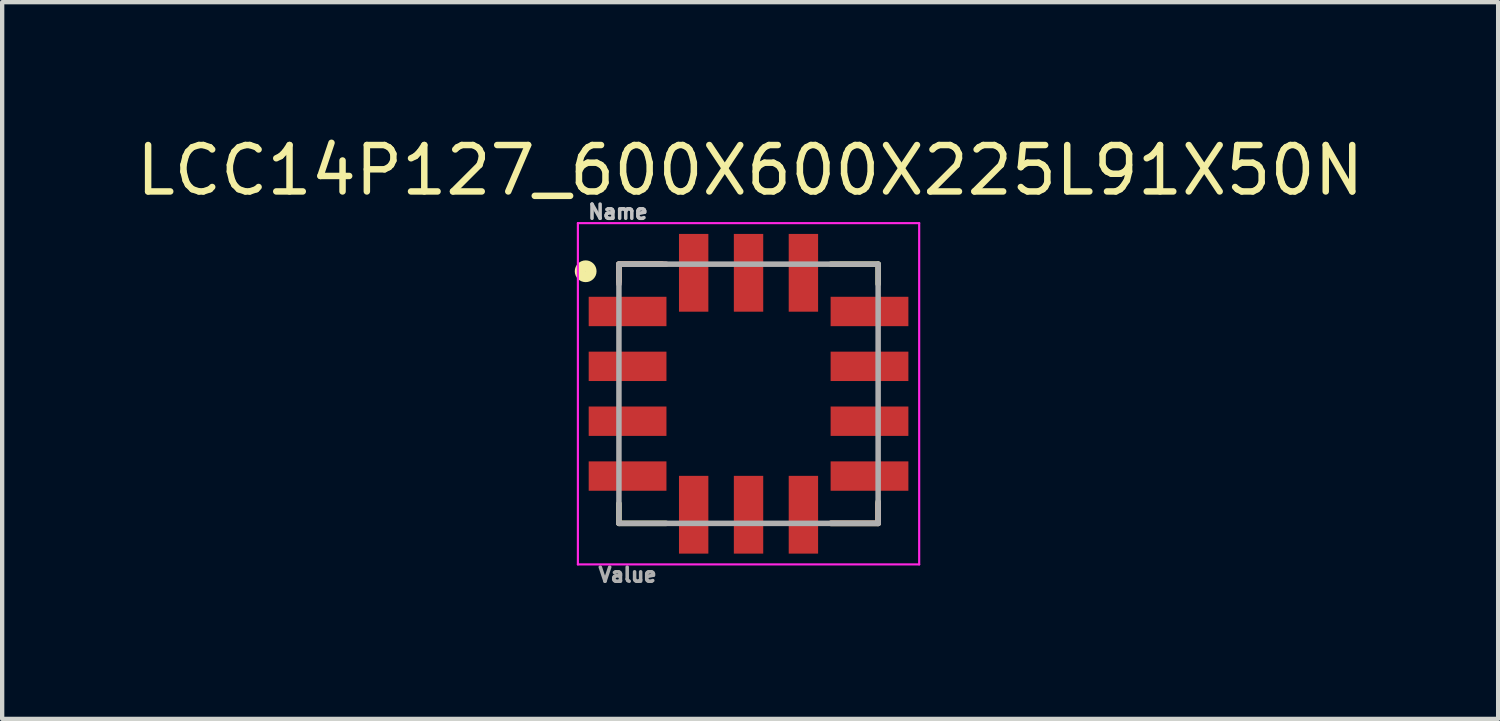
<source format=kicad_pcb>
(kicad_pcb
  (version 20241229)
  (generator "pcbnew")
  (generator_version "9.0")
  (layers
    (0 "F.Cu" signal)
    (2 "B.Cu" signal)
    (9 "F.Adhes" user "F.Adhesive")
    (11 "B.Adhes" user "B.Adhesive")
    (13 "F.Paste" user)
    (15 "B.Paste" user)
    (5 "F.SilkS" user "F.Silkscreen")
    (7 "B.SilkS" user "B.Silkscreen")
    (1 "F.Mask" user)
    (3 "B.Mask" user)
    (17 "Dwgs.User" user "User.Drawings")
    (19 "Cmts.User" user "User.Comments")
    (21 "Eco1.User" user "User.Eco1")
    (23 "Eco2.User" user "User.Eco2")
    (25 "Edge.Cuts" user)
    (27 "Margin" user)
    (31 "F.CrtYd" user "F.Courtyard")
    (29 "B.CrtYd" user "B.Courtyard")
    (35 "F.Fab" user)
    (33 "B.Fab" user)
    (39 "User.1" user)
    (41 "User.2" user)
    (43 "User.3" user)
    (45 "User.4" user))
  (footprint "LCC14P127_600X600X225L91X50N"
    (layer "F.Cu")
    (at 14.277 6.065)
    (property "Reference" "LCC14P127_600X600X225L91X50N" (at 0.038 -5.173 0) (layer "F.SilkS") (effects (font (size 1.074 1.074) (thickness 0.15))))
    (attr smd)
    (fp_line (start -3 -3) (end -2 -3) (stroke (width 0.127) (type solid)) (layer "F.SilkS"))
    (fp_line (start -3 -2.6) (end -3 -3) (stroke (width 0.127) (type solid)) (layer "F.SilkS"))
    (fp_line (start -3 3) (end -3 2.54) (stroke (width 0.127) (type solid)) (layer "F.SilkS"))
    (fp_line (start -3 3) (end -1.905 3) (stroke (width 0.127) (type solid)) (layer "F.SilkS"))
    (fp_line (start 3 -3) (end 1.905 -3) (stroke (width 0.127) (type solid)) (layer "F.SilkS"))
    (fp_line (start 3 -3) (end 3 -2.54) (stroke (width 0.127) (type solid)) (layer "F.SilkS"))
    (fp_line (start 3 2.5) (end 3 3) (stroke (width 0.127) (type solid)) (layer "F.SilkS"))
    (fp_line (start 3 3) (end 1.9 3) (stroke (width 0.127) (type solid)) (layer "F.SilkS"))
    (fp_circle (center -3.77 -2.836) (end -3.643 -2.836) (stroke (width 0.25) (type solid)) (fill no) (layer "F.SilkS"))
    (fp_line (start -3 -3) (end -3 -2.54) (stroke (width 0.127) (type solid)) (layer "B.SilkS"))
    (fp_line (start -3 -3) (end -1.905 -3) (stroke (width 0.127) (type solid)) (layer "B.SilkS"))
    (fp_line (start 3 3) (end 1.905 3) (stroke (width 0.127) (type solid)) (layer "B.SilkS"))
    (fp_line (start 3 3) (end 3 2.54) (stroke (width 0.127) (type solid)) (layer "B.SilkS"))
    (fp_line (start -3.95 -3.95) (end 3.95 -3.95) (stroke (width 0.05) (type solid)) (layer "F.CrtYd"))
    (fp_line (start -3.95 3.95) (end -3.95 -3.95) (stroke (width 0.05) (type solid)) (layer "F.CrtYd"))
    (fp_line (start 3.95 -3.95) (end 3.95 3.95) (stroke (width 0.05) (type solid)) (layer "F.CrtYd"))
    (fp_line (start 3.95 3.95) (end -3.95 3.95) (stroke (width 0.05) (type solid)) (layer "F.CrtYd"))
    (fp_line (start -3 -3) (end 3 -3) (stroke (width 0.127) (type solid)) (layer "F.Fab"))
    (fp_line (start -3 3) (end -3 -3) (stroke (width 0.127) (type solid)) (layer "F.Fab"))
    (fp_line (start 3 -3) (end 3 3) (stroke (width 0.127) (type solid)) (layer "F.Fab"))
    (fp_line (start 3 3) (end -3 3) (stroke (width 0.127) (type solid)) (layer "F.Fab"))
    (fp_text user "Name" (at -3.022 -4.21 0) (layer "Dwgs.User") (effects (font (size 0.328 0.328) (thickness 0.15))))
    (fp_text user "Value" (at -2.801 4.192 0) (layer "F.Fab") (effects (font (size 0.327 0.327) (thickness 0.15))))
    (pad "1" smd rect (at -2.8 -1.905) (size 1.8 0.68) (layers "F.Cu" "F.Mask" "F.Paste"))
    (pad "2" smd rect (at -2.8 -0.635) (size 1.8 0.68) (layers "F.Cu" "F.Mask" "F.Paste"))
    (pad "3" smd rect (at -2.8 0.635) (size 1.8 0.68) (layers "F.Cu" "F.Mask" "F.Paste"))
    (pad "4" smd rect (at -2.8 1.905) (size 1.8 0.68) (layers "F.Cu" "F.Mask" "F.Paste"))
    (pad "5" smd rect (at -1.27 2.8 90) (size 1.8 0.68) (layers "F.Cu" "F.Mask" "F.Paste"))
    (pad "6" smd rect (at 0 2.8 90) (size 1.8 0.68) (layers "F.Cu" "F.Mask" "F.Paste"))
    (pad "7" smd rect (at 1.27 2.8 90) (size 1.8 0.68) (layers "F.Cu" "F.Mask" "F.Paste"))
    (pad "8" smd rect (at 2.8 1.905 180) (size 1.8 0.68) (layers "F.Cu" "F.Mask" "F.Paste"))
    (pad "9" smd rect (at 2.8 0.635 180) (size 1.8 0.68) (layers "F.Cu" "F.Mask" "F.Paste"))
    (pad "10" smd rect (at 2.8 -0.635 180) (size 1.8 0.68) (layers "F.Cu" "F.Mask" "F.Paste"))
    (pad "11" smd rect (at 2.8 -1.905 180) (size 1.8 0.68) (layers "F.Cu" "F.Mask" "F.Paste"))
    (pad "12" smd rect (at 1.27 -2.8 270) (size 1.8 0.68) (layers "F.Cu" "F.Mask" "F.Paste"))
    (pad "13" smd rect (at 0 -2.8 270) (size 1.8 0.68) (layers "F.Cu" "F.Mask" "F.Paste"))
    (pad "14" smd rect (at -1.27 -2.8 270) (size 1.8 0.68) (layers "F.Cu" "F.Mask" "F.Paste")))
  (gr_rect
    (start -3 -3)
    (end 31.629 13.591)
    (stroke (width 0.1) (type default))
    (fill no)
    (layer "Edge.Cuts")))
</source>
